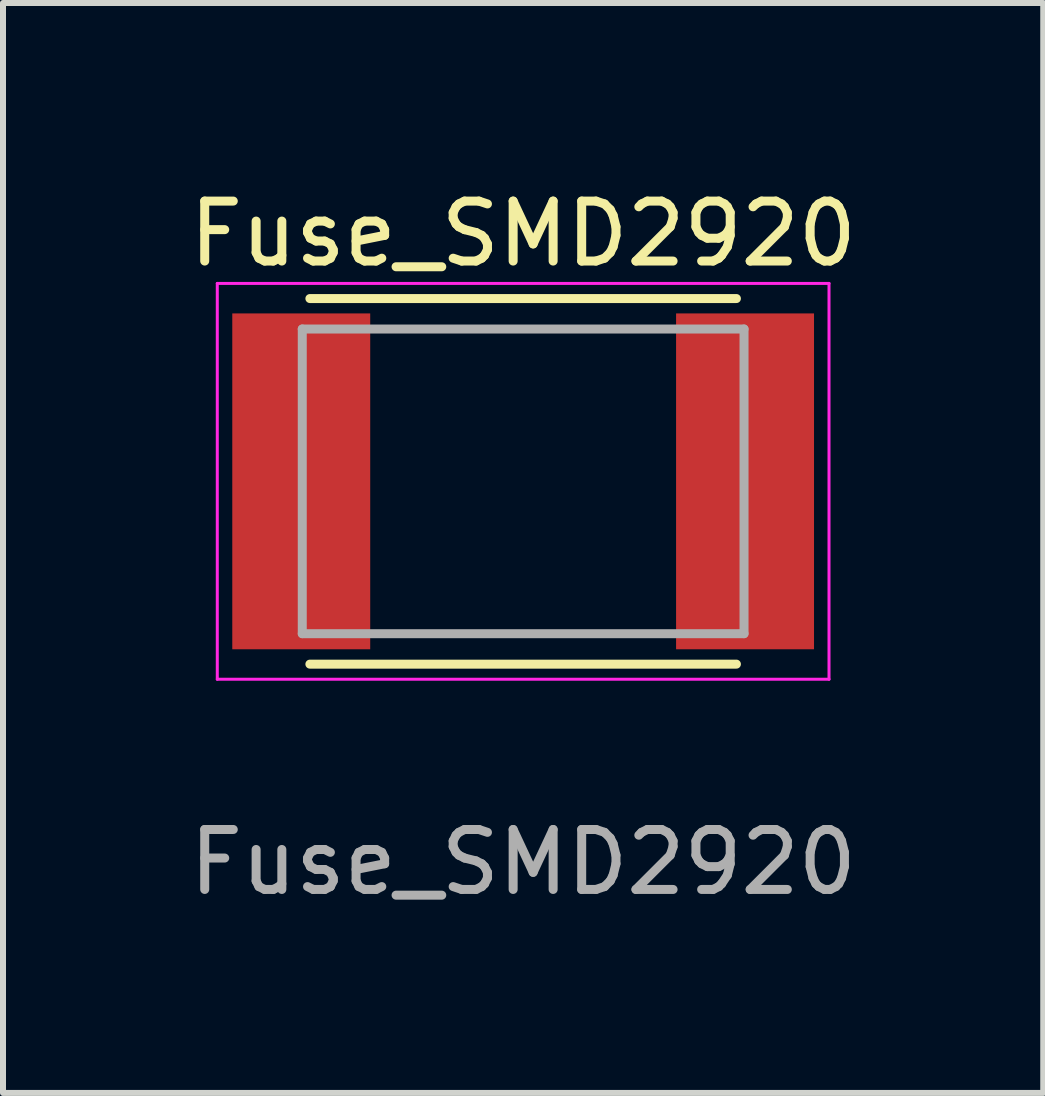
<source format=kicad_pcb>
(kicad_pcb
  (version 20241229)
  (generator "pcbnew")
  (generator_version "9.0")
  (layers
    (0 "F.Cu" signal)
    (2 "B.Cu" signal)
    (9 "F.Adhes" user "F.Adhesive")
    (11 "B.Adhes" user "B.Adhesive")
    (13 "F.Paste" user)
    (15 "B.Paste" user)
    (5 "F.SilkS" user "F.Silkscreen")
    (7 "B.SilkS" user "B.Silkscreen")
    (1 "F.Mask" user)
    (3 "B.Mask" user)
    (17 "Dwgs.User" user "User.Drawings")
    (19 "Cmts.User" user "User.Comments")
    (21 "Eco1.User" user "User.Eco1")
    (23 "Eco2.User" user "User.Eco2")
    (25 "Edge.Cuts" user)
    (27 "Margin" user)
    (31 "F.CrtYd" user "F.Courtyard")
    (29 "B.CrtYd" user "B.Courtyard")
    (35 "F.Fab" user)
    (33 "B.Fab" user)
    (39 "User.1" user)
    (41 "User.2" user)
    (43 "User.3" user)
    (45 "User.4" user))
  (footprint "Fuse_SMD2920"
    (layer "F.Cu")
    (at 5.673 4.976)
    (property "Reference" "Fuse_SMD2920" (at 0 -4.128 0) (layer "F.SilkS") (effects (font (size 1 1) (thickness 0.15))))
    (attr smd)
    (fp_line (start -3.556 -3.048) (end 3.556 -3.048) (stroke (width 0.15) (type solid)) (layer "F.SilkS"))
    (fp_line (start -3.556 3.048) (end 3.556 3.048) (stroke (width 0.15) (type solid)) (layer "F.SilkS"))
    (fp_line (start -5.1 -3.3) (end -5.1 3.3) (stroke (width 0.05) (type solid)) (layer "F.CrtYd"))
    (fp_line (start -5.1 -3.3) (end 5.1 -3.3) (stroke (width 0.05) (type solid)) (layer "F.CrtYd"))
    (fp_line (start -5.1 3.3) (end 5.1 3.3) (stroke (width 0.05) (type solid)) (layer "F.CrtYd"))
    (fp_line (start 5.1 -3.3) (end 5.1 3.3) (stroke (width 0.05) (type solid)) (layer "F.CrtYd"))
    (fp_line (start -3.683 -2.54) (end 3.683 -2.54) (stroke (width 0.15) (type solid)) (layer "F.Fab"))
    (fp_line (start -3.683 2.54) (end -3.683 -2.54) (stroke (width 0.15) (type solid)) (layer "F.Fab"))
    (fp_line (start 3.683 -2.54) (end 3.683 2.54) (stroke (width 0.15) (type solid)) (layer "F.Fab"))
    (fp_line (start 3.683 2.54) (end -3.683 2.54) (stroke (width 0.15) (type solid)) (layer "F.Fab"))
    (fp_text user "${REFERENCE}" (at 0 6.35 0) (layer "F.Fab") (effects (font (size 1 1) (thickness 0.15))))
    (pad "1" smd rect (at -3.7 0 90) (size 5.6 2.3) (layers "F.Cu" "F.Mask" "F.Paste"))
    (pad "2" smd rect (at 3.7 0 90) (size 5.6 2.3) (layers "F.Cu" "F.Mask" "F.Paste")))
  (gr_rect
    (start -3 -3)
    (end 14.345 15.174)
    (stroke (width 0.1) (type default))
    (fill no)
    (layer "Edge.Cuts")))
</source>
